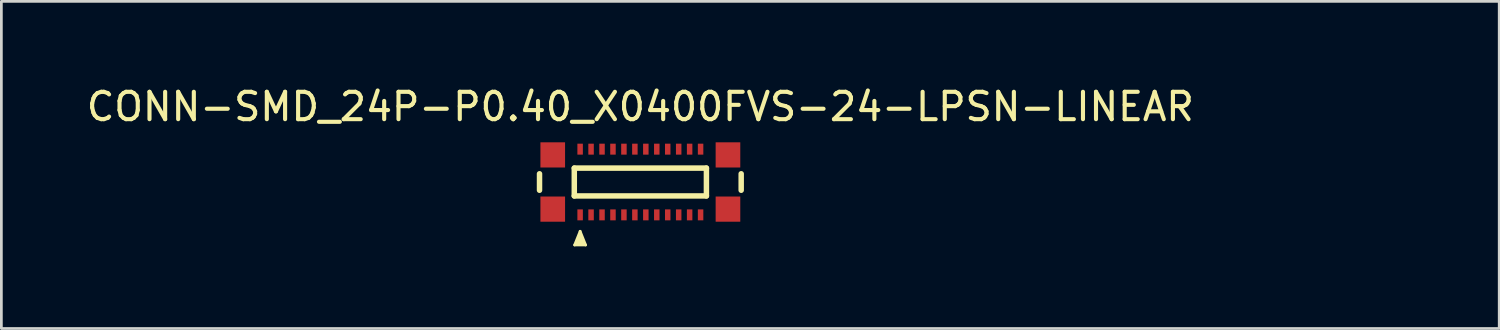
<source format=kicad_pcb>
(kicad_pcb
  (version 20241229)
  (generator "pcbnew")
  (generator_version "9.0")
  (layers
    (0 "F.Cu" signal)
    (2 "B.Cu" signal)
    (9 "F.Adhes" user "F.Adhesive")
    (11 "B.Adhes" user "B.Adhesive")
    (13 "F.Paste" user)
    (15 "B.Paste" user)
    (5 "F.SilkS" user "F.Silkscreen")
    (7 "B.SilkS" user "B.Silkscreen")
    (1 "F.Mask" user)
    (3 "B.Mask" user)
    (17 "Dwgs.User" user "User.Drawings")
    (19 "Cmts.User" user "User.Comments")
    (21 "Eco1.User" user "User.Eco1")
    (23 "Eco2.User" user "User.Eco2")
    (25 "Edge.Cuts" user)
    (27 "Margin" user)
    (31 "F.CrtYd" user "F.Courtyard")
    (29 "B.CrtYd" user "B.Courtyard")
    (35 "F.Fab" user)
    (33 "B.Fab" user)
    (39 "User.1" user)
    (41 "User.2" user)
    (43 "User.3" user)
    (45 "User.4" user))
  (footprint "CONN-SMD_24P-P0.40_X0400FVS-24-LPSN-LINEAR"
    (layer "F.Cu")
    (at 20.339 3.598)
    (property "Reference" "CONN-SMD_24P-P0.40_X0400FVS-24-LPSN-LINEAR" (at 0 -2.75 0) (layer "F.SilkS") (effects (font (size 1 1) (thickness 0.15))))
    (fp_line (start -3.683 0.301) (end -3.683 -0.301) (stroke (width 0.2) (type solid)) (layer "F.SilkS"))
    (fp_line (start -2.413 -0.508) (end 2.413 -0.508) (stroke (width 0.2) (type solid)) (layer "F.SilkS"))
    (fp_line (start -2.413 0.508) (end -2.413 -0.508) (stroke (width 0.2) (type solid)) (layer "F.SilkS"))
    (fp_line (start -2.413 0.508) (end 2.413 0.508) (stroke (width 0.2) (type solid)) (layer "F.SilkS"))
    (fp_line (start -2.4 2.3) (end -2.2 1.8) (stroke (width 0.1) (type solid)) (layer "F.SilkS"))
    (fp_line (start -2.4 2.3) (end -2 2.3) (stroke (width 0.1) (type solid)) (layer "F.SilkS"))
    (fp_line (start -2.2 1.8) (end -2 2.3) (stroke (width 0.1) (type solid)) (layer "F.SilkS"))
    (fp_line (start 2.413 0.508) (end 2.413 -0.508) (stroke (width 0.2) (type solid)) (layer "F.SilkS"))
    (fp_line (start 3.683 0.301) (end 3.683 -0.301) (stroke (width 0.2) (type solid)) (layer "F.SilkS"))
    (fp_poly (pts (xy -2.4 2.3) (xy -2.2 1.8) (xy -2 2.3)) (stroke (width 0) (type default)) (fill yes) (layer "F.SilkS"))
    (fp_line (start -4 -2) (end 4 -2) (stroke (width 0.1) (type solid)) (layer "Eco2.User"))
    (fp_line (start -4 1) (end -4 -2) (stroke (width 0.1) (type solid)) (layer "Eco2.User"))
    (fp_line (start -4 2) (end -4 1) (stroke (width 0.1) (type solid)) (layer "Eco2.User"))
    (fp_line (start -4 2) (end 4 2) (stroke (width 0.1) (type solid)) (layer "Eco2.User"))
    (fp_line (start -1 0) (end 1 0) (stroke (width 0.1) (type solid)) (layer "Eco2.User"))
    (fp_line (start 0 1) (end 0 -1) (stroke (width 0.1) (type solid)) (layer "Eco2.User"))
    (fp_line (start 4 2) (end 4 -2) (stroke (width 0.1) (type solid)) (layer "Eco2.User"))
    (fp_text user "${REFERENCE}" (at -2.856 0.293 0) (unlocked yes) (layer "Eco2.User") (effects (font (size 0.762 0.762) (thickness 0.254)) (justify left bottom)))
    (pad "1" smd rect (at 2.2 -1.2) (size 0.2 0.4) (layers "F.Cu" "F.Mask" "F.Paste"))
    (pad "2" smd rect (at 1.8 -1.2) (size 0.2 0.4) (layers "F.Cu" "F.Mask" "F.Paste"))
    (pad "3" smd rect (at 1.4 -1.2) (size 0.2 0.4) (layers "F.Cu" "F.Mask" "F.Paste"))
    (pad "4" smd rect (at 1 -1.2) (size 0.2 0.4) (layers "F.Cu" "F.Mask" "F.Paste"))
    (pad "5" smd rect (at 0.6 -1.2) (size 0.2 0.4) (layers "F.Cu" "F.Mask" "F.Paste"))
    (pad "6" smd rect (at 0.2 -1.2) (size 0.2 0.4) (layers "F.Cu" "F.Mask" "F.Paste"))
    (pad "7" smd rect (at -0.2 -1.2) (size 0.2 0.4) (layers "F.Cu" "F.Mask" "F.Paste"))
    (pad "8" smd rect (at -0.6 -1.2) (size 0.2 0.4) (layers "F.Cu" "F.Mask" "F.Paste"))
    (pad "9" smd rect (at -1 -1.2) (size 0.2 0.4) (layers "F.Cu" "F.Mask" "F.Paste"))
    (pad "10" smd rect (at -1.4 -1.2) (size 0.2 0.4) (layers "F.Cu" "F.Mask" "F.Paste"))
    (pad "11" smd rect (at -1.8 -1.2) (size 0.2 0.4) (layers "F.Cu" "F.Mask" "F.Paste"))
    (pad "12" smd rect (at -2.2 -1.2) (size 0.2 0.4) (layers "F.Cu" "F.Mask" "F.Paste"))
    (pad "13" smd rect (at -2.2 1.2) (size 0.2 0.4) (layers "F.Cu" "F.Mask" "F.Paste"))
    (pad "14" smd rect (at -1.8 1.2) (size 0.2 0.4) (layers "F.Cu" "F.Mask" "F.Paste"))
    (pad "15" smd rect (at -1.4 1.2) (size 0.2 0.4) (layers "F.Cu" "F.Mask" "F.Paste"))
    (pad "16" smd rect (at -1 1.2) (size 0.2 0.4) (layers "F.Cu" "F.Mask" "F.Paste"))
    (pad "17" smd rect (at -0.6 1.2) (size 0.2 0.4) (layers "F.Cu" "F.Mask" "F.Paste"))
    (pad "18" smd rect (at -0.2 1.2) (size 0.2 0.4) (layers "F.Cu" "F.Mask" "F.Paste"))
    (pad "19" smd rect (at 0.2 1.2) (size 0.2 0.4) (layers "F.Cu" "F.Mask" "F.Paste"))
    (pad "20" smd rect (at 0.6 1.2) (size 0.2 0.4) (layers "F.Cu" "F.Mask" "F.Paste"))
    (pad "21" smd rect (at 1 1.2) (size 0.2 0.4) (layers "F.Cu" "F.Mask" "F.Paste"))
    (pad "22" smd rect (at 1.4 1.2) (size 0.2 0.4) (layers "F.Cu" "F.Mask" "F.Paste"))
    (pad "23" smd rect (at 1.8 1.2) (size 0.2 0.4) (layers "F.Cu" "F.Mask" "F.Paste"))
    (pad "24" smd rect (at 2.2 1.2) (size 0.2 0.4) (layers "F.Cu" "F.Mask" "F.Paste"))
    (pad "25" smd rect (at 3.2 -0.99) (size 0.9 0.92) (layers "F.Cu" "F.Mask" "F.Paste"))
    (pad "26" smd rect (at 3.2 0.99) (size 0.9 0.92) (layers "F.Cu" "F.Mask" "F.Paste"))
    (pad "27" smd rect (at -3.2 0.99) (size 0.9 0.92) (layers "F.Cu" "F.Mask" "F.Paste"))
    (pad "28" smd rect (at -3.2 -0.99) (size 0.9 0.92) (layers "F.Cu" "F.Mask" "F.Paste")))
  (gr_rect
    (start -3 -3)
    (end 51.709 8.948)
    (stroke (width 0.1) (type default))
    (fill no)
    (layer "Edge.Cuts")))
</source>
